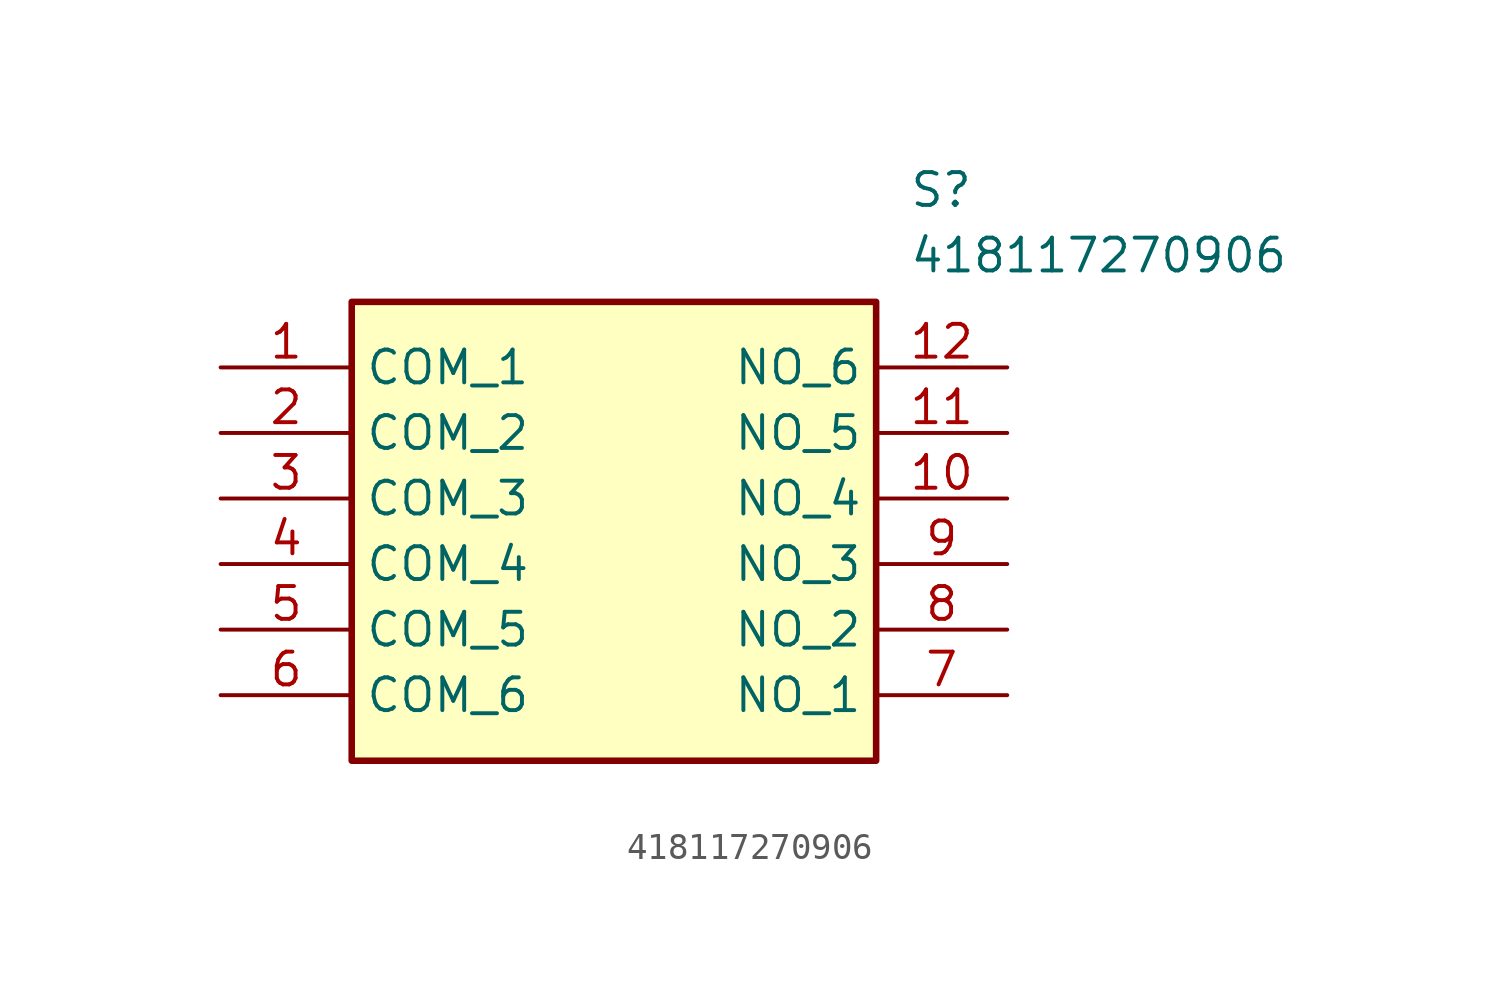
<source format=kicad_sym>
(kicad_symbol_lib
  (version 20211014)
  (generator SamacSys_ECAD_Model)
  (symbol "418117270906"
    (property "Reference" "S"
      (at 26.67 7.62 0)
      (effects (font (size 1.27 1.27)) (justify left top)))
    (property "Value" "418117270906"
      (at 26.67 5.08 0)
      (effects (font (size 1.27 1.27)) (justify left top)))
    (rectangle
      (start 5.08 2.54)
      (end 25.4 -15.24)
      (stroke (width 0.254) (type default))
      (fill (type background)))
    (pin passive line
      (at 0 0 0)
      (length 5.08)
      (name "COM_1" (effects (font (size 1.27 1.27))))
      (number "1" (effects (font (size 1.27 1.27)))))
    (pin passive line
      (at 0 -2.54 0)
      (length 5.08)
      (name "COM_2" (effects (font (size 1.27 1.27))))
      (number "2" (effects (font (size 1.27 1.27)))))
    (pin passive line
      (at 0 -5.08 0)
      (length 5.08)
      (name "COM_3" (effects (font (size 1.27 1.27))))
      (number "3" (effects (font (size 1.27 1.27)))))
    (pin passive line
      (at 0 -7.62 0)
      (length 5.08)
      (name "COM_4" (effects (font (size 1.27 1.27))))
      (number "4" (effects (font (size 1.27 1.27)))))
    (pin passive line
      (at 0 -10.16 0)
      (length 5.08)
      (name "COM_5" (effects (font (size 1.27 1.27))))
      (number "5" (effects (font (size 1.27 1.27)))))
    (pin passive line
      (at 0 -12.7 0)
      (length 5.08)
      (name "COM_6" (effects (font (size 1.27 1.27))))
      (number "6" (effects (font (size 1.27 1.27)))))
    (pin passive line
      (at 30.48 -12.7 180)
      (length 5.08)
      (name "NO_1" (effects (font (size 1.27 1.27))))
      (number "7" (effects (font (size 1.27 1.27)))))
    (pin passive line
      (at 30.48 -10.16 180)
      (length 5.08)
      (name "NO_2" (effects (font (size 1.27 1.27))))
      (number "8" (effects (font (size 1.27 1.27)))))
    (pin passive line
      (at 30.48 -7.62 180)
      (length 5.08)
      (name "NO_3" (effects (font (size 1.27 1.27))))
      (number "9" (effects (font (size 1.27 1.27)))))
    (pin passive line
      (at 30.48 -5.08 180)
      (length 5.08)
      (name "NO_4" (effects (font (size 1.27 1.27))))
      (number "10" (effects (font (size 1.27 1.27)))))
    (pin passive line
      (at 30.48 -2.54 180)
      (length 5.08)
      (name "NO_5" (effects (font (size 1.27 1.27))))
      (number "11" (effects (font (size 1.27 1.27)))))
    (pin passive line
      (at 30.48 0 180)
      (length 5.08)
      (name "NO_6" (effects (font (size 1.27 1.27))))
      (number "12" (effects (font (size 1.27 1.27)))))))
</source>
